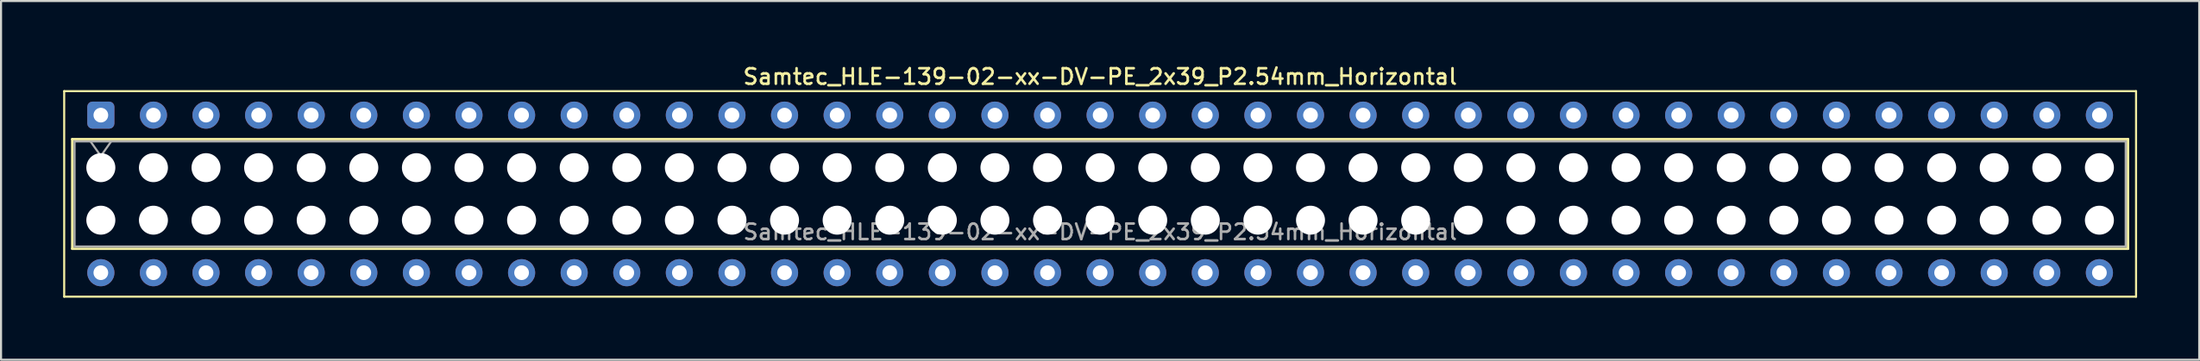
<source format=kicad_pcb>
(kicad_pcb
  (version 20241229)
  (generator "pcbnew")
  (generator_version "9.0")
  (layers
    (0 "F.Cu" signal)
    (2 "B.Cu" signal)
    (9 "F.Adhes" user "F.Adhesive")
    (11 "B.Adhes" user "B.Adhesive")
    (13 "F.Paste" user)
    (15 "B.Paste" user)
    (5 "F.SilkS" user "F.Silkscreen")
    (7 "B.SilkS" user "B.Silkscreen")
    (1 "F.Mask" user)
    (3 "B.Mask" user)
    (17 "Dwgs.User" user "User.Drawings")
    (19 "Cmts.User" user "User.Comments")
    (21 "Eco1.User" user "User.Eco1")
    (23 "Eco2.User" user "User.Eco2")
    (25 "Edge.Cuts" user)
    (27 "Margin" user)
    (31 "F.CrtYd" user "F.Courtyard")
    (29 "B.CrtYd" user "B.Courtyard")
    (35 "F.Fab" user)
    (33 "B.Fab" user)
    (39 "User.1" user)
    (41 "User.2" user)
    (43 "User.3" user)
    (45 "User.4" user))
  (footprint "Samtec_HLE-139-02-xx-DV-PE_2x39_P2.54mm_Horizontal"
    (layer "F.Cu")
    (at 1.82 2.518)
    (property "Reference" "Samtec_HLE-139-02-xx-DV-PE_2x39_P2.54mm_Horizontal" (at 48.26 -1.86 0) (layer "F.SilkS") (effects (font (size 0.75 0.75) (thickness 0.125))))
    (attr through_hole)
    (fp_line (start -1.77 -1.16) (end 98.29 -1.16) (stroke (width 0.1) (type solid)) (layer "F.SilkS"))
    (fp_line (start -1.77 8.78) (end -1.77 -1.16) (stroke (width 0.1) (type solid)) (layer "F.SilkS"))
    (fp_line (start -1.38 1.16) (end 97.9 1.16) (stroke (width 0.12) (type solid)) (layer "F.SilkS"))
    (fp_line (start -1.38 6.46) (end -1.38 1.16) (stroke (width 0.12) (type solid)) (layer "F.SilkS"))
    (fp_line (start 97.9 1.16) (end 97.9 6.46) (stroke (width 0.12) (type solid)) (layer "F.SilkS"))
    (fp_line (start 97.9 6.46) (end -1.38 6.46) (stroke (width 0.12) (type solid)) (layer "F.SilkS"))
    (fp_line (start 98.29 -1.16) (end 98.29 8.78) (stroke (width 0.1) (type solid)) (layer "F.SilkS"))
    (fp_line (start 98.29 8.78) (end -1.77 8.78) (stroke (width 0.1) (type solid)) (layer "F.SilkS"))
    (fp_line (start -1.27 1.27) (end 97.79 1.27) (stroke (width 0.1) (type solid)) (layer "F.Fab"))
    (fp_line (start -1.27 6.35) (end -1.27 1.27) (stroke (width 0.1) (type solid)) (layer "F.Fab"))
    (fp_line (start -0.5 1.27) (end 0 1.977) (stroke (width 0.1) (type solid)) (layer "F.Fab"))
    (fp_line (start 0 1.977) (end 0.5 1.27) (stroke (width 0.1) (type solid)) (layer "F.Fab"))
    (fp_line (start 97.79 1.27) (end 97.79 6.35) (stroke (width 0.1) (type solid)) (layer "F.Fab"))
    (fp_line (start 97.79 6.35) (end -1.27 6.35) (stroke (width 0.1) (type solid)) (layer "F.Fab"))
    (fp_text user "${REFERENCE}" (at 48.26 5.65 0) (layer "F.Fab") (effects (font (size 0.75 0.75) (thickness 0.125))))
    (pad "" np_thru_hole circle (at 0 2.54) (size 1.4 1.4) (drill 1.4) (layers "*.Cu" "*.Mask"))
    (pad "" np_thru_hole circle (at 0 5.08) (size 1.4 1.4) (drill 1.4) (layers "*.Cu" "*.Mask"))
    (pad "" np_thru_hole circle (at 2.54 2.54) (size 1.4 1.4) (drill 1.4) (layers "*.Cu" "*.Mask"))
    (pad "" np_thru_hole circle (at 2.54 5.08) (size 1.4 1.4) (drill 1.4) (layers "*.Cu" "*.Mask"))
    (pad "" np_thru_hole circle (at 5.08 2.54) (size 1.4 1.4) (drill 1.4) (layers "*.Cu" "*.Mask"))
    (pad "" np_thru_hole circle (at 5.08 5.08) (size 1.4 1.4) (drill 1.4) (layers "*.Cu" "*.Mask"))
    (pad "" np_thru_hole circle (at 7.62 2.54) (size 1.4 1.4) (drill 1.4) (layers "*.Cu" "*.Mask"))
    (pad "" np_thru_hole circle (at 7.62 5.08) (size 1.4 1.4) (drill 1.4) (layers "*.Cu" "*.Mask"))
    (pad "" np_thru_hole circle (at 10.16 2.54) (size 1.4 1.4) (drill 1.4) (layers "*.Cu" "*.Mask"))
    (pad "" np_thru_hole circle (at 10.16 5.08) (size 1.4 1.4) (drill 1.4) (layers "*.Cu" "*.Mask"))
    (pad "" np_thru_hole circle (at 12.7 2.54) (size 1.4 1.4) (drill 1.4) (layers "*.Cu" "*.Mask"))
    (pad "" np_thru_hole circle (at 12.7 5.08) (size 1.4 1.4) (drill 1.4) (layers "*.Cu" "*.Mask"))
    (pad "" np_thru_hole circle (at 15.24 2.54) (size 1.4 1.4) (drill 1.4) (layers "*.Cu" "*.Mask"))
    (pad "" np_thru_hole circle (at 15.24 5.08) (size 1.4 1.4) (drill 1.4) (layers "*.Cu" "*.Mask"))
    (pad "" np_thru_hole circle (at 17.78 2.54) (size 1.4 1.4) (drill 1.4) (layers "*.Cu" "*.Mask"))
    (pad "" np_thru_hole circle (at 17.78 5.08) (size 1.4 1.4) (drill 1.4) (layers "*.Cu" "*.Mask"))
    (pad "" np_thru_hole circle (at 20.32 2.54) (size 1.4 1.4) (drill 1.4) (layers "*.Cu" "*.Mask"))
    (pad "" np_thru_hole circle (at 20.32 5.08) (size 1.4 1.4) (drill 1.4) (layers "*.Cu" "*.Mask"))
    (pad "" np_thru_hole circle (at 22.86 2.54) (size 1.4 1.4) (drill 1.4) (layers "*.Cu" "*.Mask"))
    (pad "" np_thru_hole circle (at 22.86 5.08) (size 1.4 1.4) (drill 1.4) (layers "*.Cu" "*.Mask"))
    (pad "" np_thru_hole circle (at 25.4 2.54) (size 1.4 1.4) (drill 1.4) (layers "*.Cu" "*.Mask"))
    (pad "" np_thru_hole circle (at 25.4 5.08) (size 1.4 1.4) (drill 1.4) (layers "*.Cu" "*.Mask"))
    (pad "" np_thru_hole circle (at 27.94 2.54) (size 1.4 1.4) (drill 1.4) (layers "*.Cu" "*.Mask"))
    (pad "" np_thru_hole circle (at 27.94 5.08) (size 1.4 1.4) (drill 1.4) (layers "*.Cu" "*.Mask"))
    (pad "" np_thru_hole circle (at 30.48 2.54) (size 1.4 1.4) (drill 1.4) (layers "*.Cu" "*.Mask"))
    (pad "" np_thru_hole circle (at 30.48 5.08) (size 1.4 1.4) (drill 1.4) (layers "*.Cu" "*.Mask"))
    (pad "" np_thru_hole circle (at 33.02 2.54) (size 1.4 1.4) (drill 1.4) (layers "*.Cu" "*.Mask"))
    (pad "" np_thru_hole circle (at 33.02 5.08) (size 1.4 1.4) (drill 1.4) (layers "*.Cu" "*.Mask"))
    (pad "" np_thru_hole circle (at 35.56 2.54) (size 1.4 1.4) (drill 1.4) (layers "*.Cu" "*.Mask"))
    (pad "" np_thru_hole circle (at 35.56 5.08) (size 1.4 1.4) (drill 1.4) (layers "*.Cu" "*.Mask"))
    (pad "" np_thru_hole circle (at 38.1 2.54) (size 1.4 1.4) (drill 1.4) (layers "*.Cu" "*.Mask"))
    (pad "" np_thru_hole circle (at 38.1 5.08) (size 1.4 1.4) (drill 1.4) (layers "*.Cu" "*.Mask"))
    (pad "" np_thru_hole circle (at 40.64 2.54) (size 1.4 1.4) (drill 1.4) (layers "*.Cu" "*.Mask"))
    (pad "" np_thru_hole circle (at 40.64 5.08) (size 1.4 1.4) (drill 1.4) (layers "*.Cu" "*.Mask"))
    (pad "" np_thru_hole circle (at 43.18 2.54) (size 1.4 1.4) (drill 1.4) (layers "*.Cu" "*.Mask"))
    (pad "" np_thru_hole circle (at 43.18 5.08) (size 1.4 1.4) (drill 1.4) (layers "*.Cu" "*.Mask"))
    (pad "" np_thru_hole circle (at 45.72 2.54) (size 1.4 1.4) (drill 1.4) (layers "*.Cu" "*.Mask"))
    (pad "" np_thru_hole circle (at 45.72 5.08) (size 1.4 1.4) (drill 1.4) (layers "*.Cu" "*.Mask"))
    (pad "" np_thru_hole circle (at 48.26 2.54) (size 1.4 1.4) (drill 1.4) (layers "*.Cu" "*.Mask"))
    (pad "" np_thru_hole circle (at 48.26 5.08) (size 1.4 1.4) (drill 1.4) (layers "*.Cu" "*.Mask"))
    (pad "" np_thru_hole circle (at 50.8 2.54) (size 1.4 1.4) (drill 1.4) (layers "*.Cu" "*.Mask"))
    (pad "" np_thru_hole circle (at 50.8 5.08) (size 1.4 1.4) (drill 1.4) (layers "*.Cu" "*.Mask"))
    (pad "" np_thru_hole circle (at 53.34 2.54) (size 1.4 1.4) (drill 1.4) (layers "*.Cu" "*.Mask"))
    (pad "" np_thru_hole circle (at 53.34 5.08) (size 1.4 1.4) (drill 1.4) (layers "*.Cu" "*.Mask"))
    (pad "" np_thru_hole circle (at 55.88 2.54) (size 1.4 1.4) (drill 1.4) (layers "*.Cu" "*.Mask"))
    (pad "" np_thru_hole circle (at 55.88 5.08) (size 1.4 1.4) (drill 1.4) (layers "*.Cu" "*.Mask"))
    (pad "" np_thru_hole circle (at 58.42 2.54) (size 1.4 1.4) (drill 1.4) (layers "*.Cu" "*.Mask"))
    (pad "" np_thru_hole circle (at 58.42 5.08) (size 1.4 1.4) (drill 1.4) (layers "*.Cu" "*.Mask"))
    (pad "" np_thru_hole circle (at 60.96 2.54) (size 1.4 1.4) (drill 1.4) (layers "*.Cu" "*.Mask"))
    (pad "" np_thru_hole circle (at 60.96 5.08) (size 1.4 1.4) (drill 1.4) (layers "*.Cu" "*.Mask"))
    (pad "" np_thru_hole circle (at 63.5 2.54) (size 1.4 1.4) (drill 1.4) (layers "*.Cu" "*.Mask"))
    (pad "" np_thru_hole circle (at 63.5 5.08) (size 1.4 1.4) (drill 1.4) (layers "*.Cu" "*.Mask"))
    (pad "" np_thru_hole circle (at 66.04 2.54) (size 1.4 1.4) (drill 1.4) (layers "*.Cu" "*.Mask"))
    (pad "" np_thru_hole circle (at 66.04 5.08) (size 1.4 1.4) (drill 1.4) (layers "*.Cu" "*.Mask"))
    (pad "" np_thru_hole circle (at 68.58 2.54) (size 1.4 1.4) (drill 1.4) (layers "*.Cu" "*.Mask"))
    (pad "" np_thru_hole circle (at 68.58 5.08) (size 1.4 1.4) (drill 1.4) (layers "*.Cu" "*.Mask"))
    (pad "" np_thru_hole circle (at 71.12 2.54) (size 1.4 1.4) (drill 1.4) (layers "*.Cu" "*.Mask"))
    (pad "" np_thru_hole circle (at 71.12 5.08) (size 1.4 1.4) (drill 1.4) (layers "*.Cu" "*.Mask"))
    (pad "" np_thru_hole circle (at 73.66 2.54) (size 1.4 1.4) (drill 1.4) (layers "*.Cu" "*.Mask"))
    (pad "" np_thru_hole circle (at 73.66 5.08) (size 1.4 1.4) (drill 1.4) (layers "*.Cu" "*.Mask"))
    (pad "" np_thru_hole circle (at 76.2 2.54) (size 1.4 1.4) (drill 1.4) (layers "*.Cu" "*.Mask"))
    (pad "" np_thru_hole circle (at 76.2 5.08) (size 1.4 1.4) (drill 1.4) (layers "*.Cu" "*.Mask"))
    (pad "" np_thru_hole circle (at 78.74 2.54) (size 1.4 1.4) (drill 1.4) (layers "*.Cu" "*.Mask"))
    (pad "" np_thru_hole circle (at 78.74 5.08) (size 1.4 1.4) (drill 1.4) (layers "*.Cu" "*.Mask"))
    (pad "" np_thru_hole circle (at 81.28 2.54) (size 1.4 1.4) (drill 1.4) (layers "*.Cu" "*.Mask"))
    (pad "" np_thru_hole circle (at 81.28 5.08) (size 1.4 1.4) (drill 1.4) (layers "*.Cu" "*.Mask"))
    (pad "" np_thru_hole circle (at 83.82 2.54) (size 1.4 1.4) (drill 1.4) (layers "*.Cu" "*.Mask"))
    (pad "" np_thru_hole circle (at 83.82 5.08) (size 1.4 1.4) (drill 1.4) (layers "*.Cu" "*.Mask"))
    (pad "" np_thru_hole circle (at 86.36 2.54) (size 1.4 1.4) (drill 1.4) (layers "*.Cu" "*.Mask"))
    (pad "" np_thru_hole circle (at 86.36 5.08) (size 1.4 1.4) (drill 1.4) (layers "*.Cu" "*.Mask"))
    (pad "" np_thru_hole circle (at 88.9 2.54) (size 1.4 1.4) (drill 1.4) (layers "*.Cu" "*.Mask"))
    (pad "" np_thru_hole circle (at 88.9 5.08) (size 1.4 1.4) (drill 1.4) (layers "*.Cu" "*.Mask"))
    (pad "" np_thru_hole circle (at 91.44 2.54) (size 1.4 1.4) (drill 1.4) (layers "*.Cu" "*.Mask"))
    (pad "" np_thru_hole circle (at 91.44 5.08) (size 1.4 1.4) (drill 1.4) (layers "*.Cu" "*.Mask"))
    (pad "" np_thru_hole circle (at 93.98 2.54) (size 1.4 1.4) (drill 1.4) (layers "*.Cu" "*.Mask"))
    (pad "" np_thru_hole circle (at 93.98 5.08) (size 1.4 1.4) (drill 1.4) (layers "*.Cu" "*.Mask"))
    (pad "" np_thru_hole circle (at 96.52 2.54) (size 1.4 1.4) (drill 1.4) (layers "*.Cu" "*.Mask"))
    (pad "" np_thru_hole circle (at 96.52 5.08) (size 1.4 1.4) (drill 1.4) (layers "*.Cu" "*.Mask"))
    (pad "1" thru_hole roundrect (at 0 0) (size 1.31 1.31) (drill 0.71) (layers "*.Cu" "*.Mask") (roundrect_rratio 0.191))
    (pad "2" thru_hole circle (at 0 7.62) (size 1.31 1.31) (drill 0.71) (layers "*.Cu" "*.Mask"))
    (pad "3" thru_hole circle (at 2.54 0) (size 1.31 1.31) (drill 0.71) (layers "*.Cu" "*.Mask"))
    (pad "4" thru_hole circle (at 2.54 7.62) (size 1.31 1.31) (drill 0.71) (layers "*.Cu" "*.Mask"))
    (pad "5" thru_hole circle (at 5.08 0) (size 1.31 1.31) (drill 0.71) (layers "*.Cu" "*.Mask"))
    (pad "6" thru_hole circle (at 5.08 7.62) (size 1.31 1.31) (drill 0.71) (layers "*.Cu" "*.Mask"))
    (pad "7" thru_hole circle (at 7.62 0) (size 1.31 1.31) (drill 0.71) (layers "*.Cu" "*.Mask"))
    (pad "8" thru_hole circle (at 7.62 7.62) (size 1.31 1.31) (drill 0.71) (layers "*.Cu" "*.Mask"))
    (pad "9" thru_hole circle (at 10.16 0) (size 1.31 1.31) (drill 0.71) (layers "*.Cu" "*.Mask"))
    (pad "10" thru_hole circle (at 10.16 7.62) (size 1.31 1.31) (drill 0.71) (layers "*.Cu" "*.Mask"))
    (pad "11" thru_hole circle (at 12.7 0) (size 1.31 1.31) (drill 0.71) (layers "*.Cu" "*.Mask"))
    (pad "12" thru_hole circle (at 12.7 7.62) (size 1.31 1.31) (drill 0.71) (layers "*.Cu" "*.Mask"))
    (pad "13" thru_hole circle (at 15.24 0) (size 1.31 1.31) (drill 0.71) (layers "*.Cu" "*.Mask"))
    (pad "14" thru_hole circle (at 15.24 7.62) (size 1.31 1.31) (drill 0.71) (layers "*.Cu" "*.Mask"))
    (pad "15" thru_hole circle (at 17.78 0) (size 1.31 1.31) (drill 0.71) (layers "*.Cu" "*.Mask"))
    (pad "16" thru_hole circle (at 17.78 7.62) (size 1.31 1.31) (drill 0.71) (layers "*.Cu" "*.Mask"))
    (pad "17" thru_hole circle (at 20.32 0) (size 1.31 1.31) (drill 0.71) (layers "*.Cu" "*.Mask"))
    (pad "18" thru_hole circle (at 20.32 7.62) (size 1.31 1.31) (drill 0.71) (layers "*.Cu" "*.Mask"))
    (pad "19" thru_hole circle (at 22.86 0) (size 1.31 1.31) (drill 0.71) (layers "*.Cu" "*.Mask"))
    (pad "20" thru_hole circle (at 22.86 7.62) (size 1.31 1.31) (drill 0.71) (layers "*.Cu" "*.Mask"))
    (pad "21" thru_hole circle (at 25.4 0) (size 1.31 1.31) (drill 0.71) (layers "*.Cu" "*.Mask"))
    (pad "22" thru_hole circle (at 25.4 7.62) (size 1.31 1.31) (drill 0.71) (layers "*.Cu" "*.Mask"))
    (pad "23" thru_hole circle (at 27.94 0) (size 1.31 1.31) (drill 0.71) (layers "*.Cu" "*.Mask"))
    (pad "24" thru_hole circle (at 27.94 7.62) (size 1.31 1.31) (drill 0.71) (layers "*.Cu" "*.Mask"))
    (pad "25" thru_hole circle (at 30.48 0) (size 1.31 1.31) (drill 0.71) (layers "*.Cu" "*.Mask"))
    (pad "26" thru_hole circle (at 30.48 7.62) (size 1.31 1.31) (drill 0.71) (layers "*.Cu" "*.Mask"))
    (pad "27" thru_hole circle (at 33.02 0) (size 1.31 1.31) (drill 0.71) (layers "*.Cu" "*.Mask"))
    (pad "28" thru_hole circle (at 33.02 7.62) (size 1.31 1.31) (drill 0.71) (layers "*.Cu" "*.Mask"))
    (pad "29" thru_hole circle (at 35.56 0) (size 1.31 1.31) (drill 0.71) (layers "*.Cu" "*.Mask"))
    (pad "30" thru_hole circle (at 35.56 7.62) (size 1.31 1.31) (drill 0.71) (layers "*.Cu" "*.Mask"))
    (pad "31" thru_hole circle (at 38.1 0) (size 1.31 1.31) (drill 0.71) (layers "*.Cu" "*.Mask"))
    (pad "32" thru_hole circle (at 38.1 7.62) (size 1.31 1.31) (drill 0.71) (layers "*.Cu" "*.Mask"))
    (pad "33" thru_hole circle (at 40.64 0) (size 1.31 1.31) (drill 0.71) (layers "*.Cu" "*.Mask"))
    (pad "34" thru_hole circle (at 40.64 7.62) (size 1.31 1.31) (drill 0.71) (layers "*.Cu" "*.Mask"))
    (pad "35" thru_hole circle (at 43.18 0) (size 1.31 1.31) (drill 0.71) (layers "*.Cu" "*.Mask"))
    (pad "36" thru_hole circle (at 43.18 7.62) (size 1.31 1.31) (drill 0.71) (layers "*.Cu" "*.Mask"))
    (pad "37" thru_hole circle (at 45.72 0) (size 1.31 1.31) (drill 0.71) (layers "*.Cu" "*.Mask"))
    (pad "38" thru_hole circle (at 45.72 7.62) (size 1.31 1.31) (drill 0.71) (layers "*.Cu" "*.Mask"))
    (pad "39" thru_hole circle (at 48.26 0) (size 1.31 1.31) (drill 0.71) (layers "*.Cu" "*.Mask"))
    (pad "40" thru_hole circle (at 48.26 7.62) (size 1.31 1.31) (drill 0.71) (layers "*.Cu" "*.Mask"))
    (pad "41" thru_hole circle (at 50.8 0) (size 1.31 1.31) (drill 0.71) (layers "*.Cu" "*.Mask"))
    (pad "42" thru_hole circle (at 50.8 7.62) (size 1.31 1.31) (drill 0.71) (layers "*.Cu" "*.Mask"))
    (pad "43" thru_hole circle (at 53.34 0) (size 1.31 1.31) (drill 0.71) (layers "*.Cu" "*.Mask"))
    (pad "44" thru_hole circle (at 53.34 7.62) (size 1.31 1.31) (drill 0.71) (layers "*.Cu" "*.Mask"))
    (pad "45" thru_hole circle (at 55.88 0) (size 1.31 1.31) (drill 0.71) (layers "*.Cu" "*.Mask"))
    (pad "46" thru_hole circle (at 55.88 7.62) (size 1.31 1.31) (drill 0.71) (layers "*.Cu" "*.Mask"))
    (pad "47" thru_hole circle (at 58.42 0) (size 1.31 1.31) (drill 0.71) (layers "*.Cu" "*.Mask"))
    (pad "48" thru_hole circle (at 58.42 7.62) (size 1.31 1.31) (drill 0.71) (layers "*.Cu" "*.Mask"))
    (pad "49" thru_hole circle (at 60.96 0) (size 1.31 1.31) (drill 0.71) (layers "*.Cu" "*.Mask"))
    (pad "50" thru_hole circle (at 60.96 7.62) (size 1.31 1.31) (drill 0.71) (layers "*.Cu" "*.Mask"))
    (pad "51" thru_hole circle (at 63.5 0) (size 1.31 1.31) (drill 0.71) (layers "*.Cu" "*.Mask"))
    (pad "52" thru_hole circle (at 63.5 7.62) (size 1.31 1.31) (drill 0.71) (layers "*.Cu" "*.Mask"))
    (pad "53" thru_hole circle (at 66.04 0) (size 1.31 1.31) (drill 0.71) (layers "*.Cu" "*.Mask"))
    (pad "54" thru_hole circle (at 66.04 7.62) (size 1.31 1.31) (drill 0.71) (layers "*.Cu" "*.Mask"))
    (pad "55" thru_hole circle (at 68.58 0) (size 1.31 1.31) (drill 0.71) (layers "*.Cu" "*.Mask"))
    (pad "56" thru_hole circle (at 68.58 7.62) (size 1.31 1.31) (drill 0.71) (layers "*.Cu" "*.Mask"))
    (pad "57" thru_hole circle (at 71.12 0) (size 1.31 1.31) (drill 0.71) (layers "*.Cu" "*.Mask"))
    (pad "58" thru_hole circle (at 71.12 7.62) (size 1.31 1.31) (drill 0.71) (layers "*.Cu" "*.Mask"))
    (pad "59" thru_hole circle (at 73.66 0) (size 1.31 1.31) (drill 0.71) (layers "*.Cu" "*.Mask"))
    (pad "60" thru_hole circle (at 73.66 7.62) (size 1.31 1.31) (drill 0.71) (layers "*.Cu" "*.Mask"))
    (pad "61" thru_hole circle (at 76.2 0) (size 1.31 1.31) (drill 0.71) (layers "*.Cu" "*.Mask"))
    (pad "62" thru_hole circle (at 76.2 7.62) (size 1.31 1.31) (drill 0.71) (layers "*.Cu" "*.Mask"))
    (pad "63" thru_hole circle (at 78.74 0) (size 1.31 1.31) (drill 0.71) (layers "*.Cu" "*.Mask"))
    (pad "64" thru_hole circle (at 78.74 7.62) (size 1.31 1.31) (drill 0.71) (layers "*.Cu" "*.Mask"))
    (pad "65" thru_hole circle (at 81.28 0) (size 1.31 1.31) (drill 0.71) (layers "*.Cu" "*.Mask"))
    (pad "66" thru_hole circle (at 81.28 7.62) (size 1.31 1.31) (drill 0.71) (layers "*.Cu" "*.Mask"))
    (pad "67" thru_hole circle (at 83.82 0) (size 1.31 1.31) (drill 0.71) (layers "*.Cu" "*.Mask"))
    (pad "68" thru_hole circle (at 83.82 7.62) (size 1.31 1.31) (drill 0.71) (layers "*.Cu" "*.Mask"))
    (pad "69" thru_hole circle (at 86.36 0) (size 1.31 1.31) (drill 0.71) (layers "*.Cu" "*.Mask"))
    (pad "70" thru_hole circle (at 86.36 7.62) (size 1.31 1.31) (drill 0.71) (layers "*.Cu" "*.Mask"))
    (pad "71" thru_hole circle (at 88.9 0) (size 1.31 1.31) (drill 0.71) (layers "*.Cu" "*.Mask"))
    (pad "72" thru_hole circle (at 88.9 7.62) (size 1.31 1.31) (drill 0.71) (layers "*.Cu" "*.Mask"))
    (pad "73" thru_hole circle (at 91.44 0) (size 1.31 1.31) (drill 0.71) (layers "*.Cu" "*.Mask"))
    (pad "74" thru_hole circle (at 91.44 7.62) (size 1.31 1.31) (drill 0.71) (layers "*.Cu" "*.Mask"))
    (pad "75" thru_hole circle (at 93.98 0) (size 1.31 1.31) (drill 0.71) (layers "*.Cu" "*.Mask"))
    (pad "76" thru_hole circle (at 93.98 7.62) (size 1.31 1.31) (drill 0.71) (layers "*.Cu" "*.Mask"))
    (pad "77" thru_hole circle (at 96.52 0) (size 1.31 1.31) (drill 0.71) (layers "*.Cu" "*.Mask"))
    (pad "78" thru_hole circle (at 96.52 7.62) (size 1.31 1.31) (drill 0.71) (layers "*.Cu" "*.Mask")))
  (gr_rect
    (start -3 -3)
    (end 103.16 14.348)
    (stroke (width 0.1) (type default))
    (fill no)
    (layer "Edge.Cuts")))
</source>
